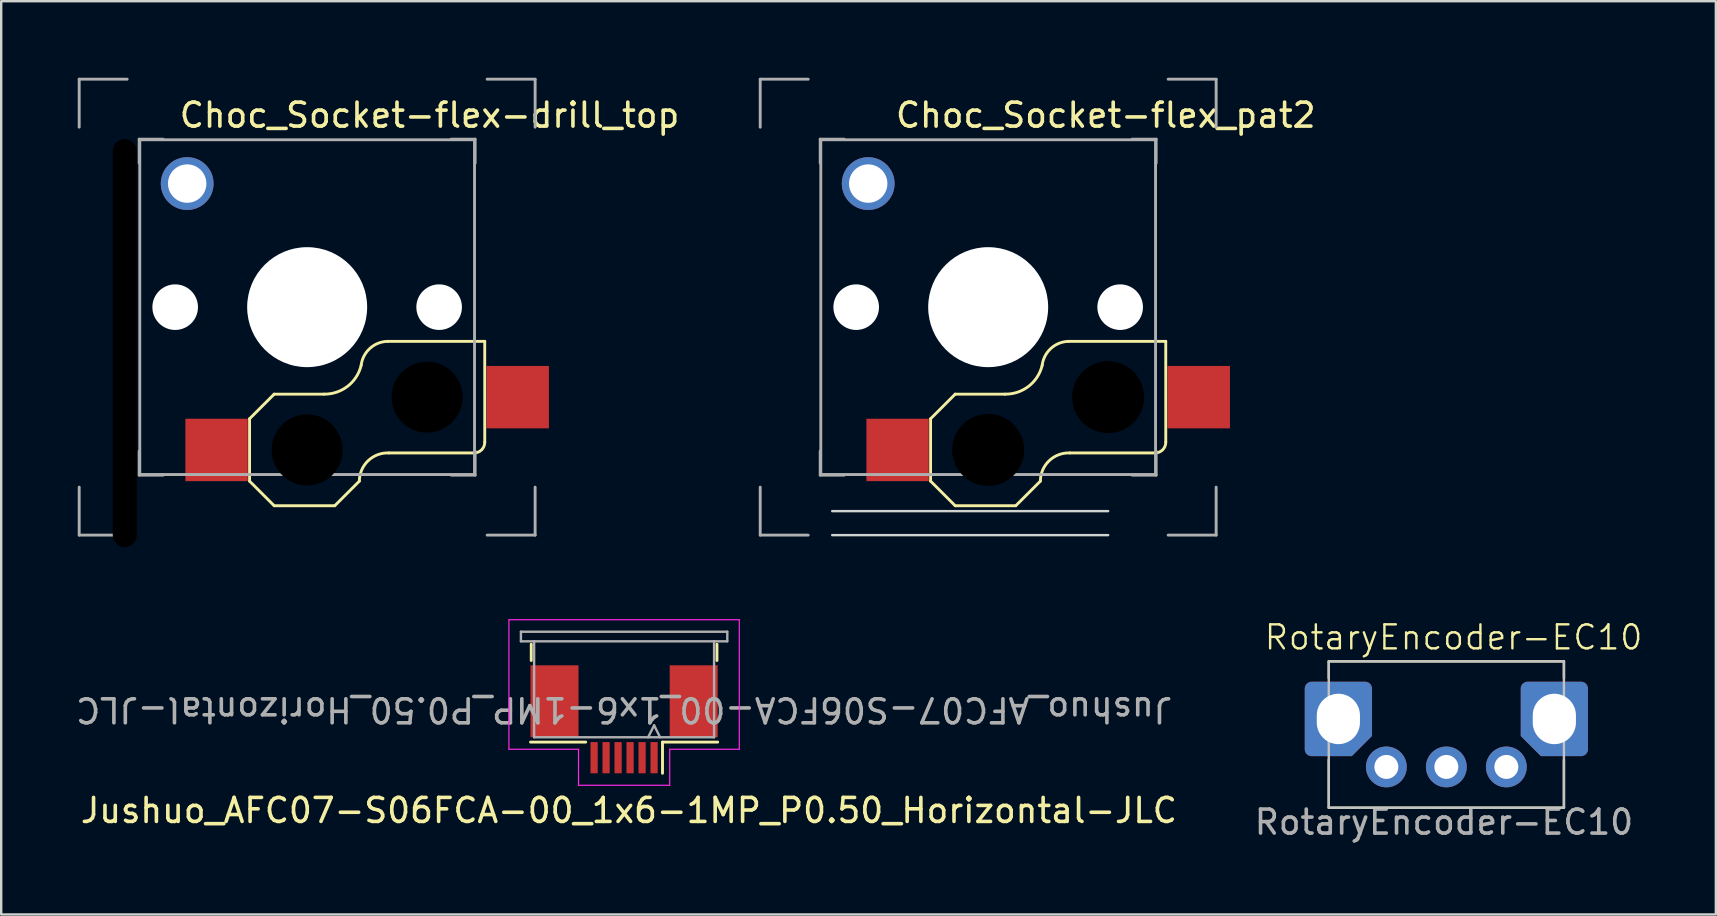
<source format=kicad_pcb>
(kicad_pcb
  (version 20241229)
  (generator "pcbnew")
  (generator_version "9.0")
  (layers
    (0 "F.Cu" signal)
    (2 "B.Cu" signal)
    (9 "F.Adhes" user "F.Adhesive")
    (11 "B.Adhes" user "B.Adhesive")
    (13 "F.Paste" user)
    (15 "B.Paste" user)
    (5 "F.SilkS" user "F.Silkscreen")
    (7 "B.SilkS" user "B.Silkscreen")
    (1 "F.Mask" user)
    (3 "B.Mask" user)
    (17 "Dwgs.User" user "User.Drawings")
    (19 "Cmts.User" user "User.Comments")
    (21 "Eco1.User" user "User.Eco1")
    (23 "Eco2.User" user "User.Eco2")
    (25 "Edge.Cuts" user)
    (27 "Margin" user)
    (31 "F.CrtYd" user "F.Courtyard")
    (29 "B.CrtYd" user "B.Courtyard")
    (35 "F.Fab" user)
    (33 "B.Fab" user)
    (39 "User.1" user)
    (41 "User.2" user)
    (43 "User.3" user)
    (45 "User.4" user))
  (footprint "RotaryEncoder-EC10"
    (layer "F.Cu")
    (at 52.723 26.91)
    (property "Reference" "RotaryEncoder-EC10" (at 4.8 -3.4 0) (unlocked yes) (layer "F.SilkS") (effects (font (size 1 1) (thickness 0.1))))
    (attr through_hole)
    (fp_line (start -0.4 -2.4) (end 9.4 -2.4) (stroke (width 0.1) (type default)) (layer "F.SilkS"))
    (fp_line (start -0.4 -1.7) (end -0.4 -2.4) (stroke (width 0.1) (type default)) (layer "F.SilkS"))
    (fp_line (start -0.4 3.7) (end -0.4 1.7) (stroke (width 0.1) (type default)) (layer "F.SilkS"))
    (fp_line (start -0.4 3.7) (end 9.4 3.7) (stroke (width 0.1) (type default)) (layer "F.SilkS"))
    (fp_line (start 9.4 -1.7) (end 9.4 -2.4) (stroke (width 0.1) (type default)) (layer "F.SilkS"))
    (fp_line (start 9.4 3.7) (end 9.4 1.7) (stroke (width 0.1) (type default)) (layer "F.SilkS"))
    (fp_rect (start -0.4 -2.4) (end 9.4 3.7) (stroke (width 0.1) (type default)) (fill no) (layer "Dwgs.User"))
    (fp_text user "${REFERENCE}" (at 4.4 4.3 0) (unlocked yes) (layer "F.Fab") (effects (font (size 1 1) (thickness 0.15))))
    (pad "" thru_hole roundrect (at 0 0) (size 2.8 3.1) (drill oval 1.8 2.1) (layers "*.Cu" "*.Mask") (roundrect_rratio 0.1) (chamfer_ratio 0.3) (chamfer bottom_right))
    (pad "" thru_hole roundrect (at 9 0) (size 2.8 3.1) (drill oval 1.8 2.1) (layers "*.Cu" "*.Mask") (roundrect_rratio 0.1) (chamfer_ratio 0.3) (chamfer bottom_left))
    (pad "A" thru_hole circle (at 2 2) (size 1.7 1.7) (drill 1) (layers "*.Cu" "*.Mask"))
    (pad "B" thru_hole circle (at 4.5 2) (size 1.7 1.7) (drill 1) (layers "*.Cu" "*.Mask"))
    (pad "C" thru_hole circle (at 7 2) (size 1.7 1.7) (drill 1) (layers "*.Cu" "*.Mask")))
  (footprint "Choc_Socket-flex_pat2"
    (layer "F.Cu")
    (at 28.63 0.25)
    (property "Reference" "Choc_Socket-flex_pat2" (at 14.4 1.5 0) (layer "F.SilkS") (effects (font (size 1 1) (thickness 0.15))))
    (attr through_hole)
    (fp_line (start 7.1 14.15) (end 7.1 16.75) (stroke (width 0.12) (type solid)) (layer "F.SilkS"))
    (fp_line (start 7.1 16.75) (end 8.125 17.775) (stroke (width 0.12) (type solid)) (layer "F.SilkS"))
    (fp_line (start 8.125 13.125) (end 7.1 14.15) (stroke (width 0.12) (type solid)) (layer "F.SilkS"))
    (fp_line (start 8.125 13.125) (end 10.2 13.125) (stroke (width 0.12) (type solid)) (layer "F.SilkS"))
    (fp_line (start 8.125 17.775) (end 10.65 17.775) (stroke (width 0.12) (type solid)) (layer "F.SilkS"))
    (fp_line (start 11.675 16.75) (end 10.65 17.775) (stroke (width 0.12) (type solid)) (layer "F.SilkS"))
    (fp_line (start 12.9 15.575) (end 16.45 15.575) (stroke (width 0.12) (type solid)) (layer "F.SilkS"))
    (fp_line (start 16.9 10.925) (end 12.85 10.925) (stroke (width 0.12) (type solid)) (layer "F.SilkS"))
    (fp_line (start 16.9 10.925) (end 16.901 15.125) (stroke (width 0.12) (type solid)) (layer "F.SilkS"))
    (fp_arc (start 11.675 16.75) (mid 12.038243 15.902636) (end 12.9 15.575) (stroke (width 0.12) (type solid)) (layer "F.SilkS"))
    (fp_arc (start 11.75 11.925) (mid 11.185967 12.797499) (end 10.2 13.125) (stroke (width 0.12) (type solid)) (layer "F.SilkS"))
    (fp_arc (start 11.75 11.925) (mid 12.11384 11.220224) (end 12.85 10.925) (stroke (width 0.12) (type solid)) (layer "F.SilkS"))
    (fp_arc (start 16.901028 15.125) (mid 16.770841 15.445544) (end 16.45 15.575) (stroke (width 0.12) (type solid)) (layer "F.SilkS"))
    (fp_line (start 3 18) (end 14.5 18) (stroke (width 0.1) (type default)) (layer "Edge.Cuts"))
    (fp_line (start 3 19) (end 14.5 19) (stroke (width 0.1) (type default)) (layer "Edge.Cuts"))
    (fp_line (start 0 0) (end 0 2) (stroke (width 0.12) (type solid)) (layer "F.Fab"))
    (fp_line (start 0 0) (end 2 0) (stroke (width 0.12) (type solid)) (layer "F.Fab"))
    (fp_line (start 0 19) (end 0 17) (stroke (width 0.12) (type solid)) (layer "F.Fab"))
    (fp_line (start 2 19) (end 0 19) (stroke (width 0.12) (type solid)) (layer "F.Fab"))
    (fp_line (start 2.5 2.5) (end 3.5 2.5) (stroke (width 0.12) (type solid)) (layer "F.Fab"))
    (fp_line (start 2.5 3.5) (end 2.5 2.5) (stroke (width 0.12) (type solid)) (layer "F.Fab"))
    (fp_line (start 2.5 15.5) (end 2.5 16.5) (stroke (width 0.12) (type solid)) (layer "F.Fab"))
    (fp_line (start 2.5 16.5) (end 3.5 16.5) (stroke (width 0.12) (type solid)) (layer "F.Fab"))
    (fp_line (start 2.525 2.525) (end 2.525 16.475) (stroke (width 0.12) (type solid)) (layer "F.Fab"))
    (fp_line (start 2.525 16.475) (end 16.475 16.475) (stroke (width 0.12) (type solid)) (layer "F.Fab"))
    (fp_line (start 15.5 2.5) (end 16.5 2.5) (stroke (width 0.12) (type solid)) (layer "F.Fab"))
    (fp_line (start 16.475 2.525) (end 2.525 2.525) (stroke (width 0.12) (type solid)) (layer "F.Fab"))
    (fp_line (start 16.475 16.475) (end 16.475 2.525) (stroke (width 0.12) (type solid)) (layer "F.Fab"))
    (fp_line (start 16.5 2.5) (end 16.5 3.5) (stroke (width 0.12) (type solid)) (layer "F.Fab"))
    (fp_line (start 16.5 16.5) (end 15.5 16.5) (stroke (width 0.12) (type solid)) (layer "F.Fab"))
    (fp_line (start 16.5 16.5) (end 16.5 15.5) (stroke (width 0.12) (type solid)) (layer "F.Fab"))
    (fp_line (start 17 0) (end 19 0) (stroke (width 0.12) (type solid)) (layer "F.Fab"))
    (fp_line (start 19 0) (end 19 2) (stroke (width 0.12) (type solid)) (layer "F.Fab"))
    (fp_line (start 19 17) (end 19 19) (stroke (width 0.12) (type solid)) (layer "F.Fab"))
    (fp_line (start 19 19) (end 17 19) (stroke (width 0.12) (type solid)) (layer "F.Fab"))
    (fp_line (start 3.4 13.15) (end 3.4 17.75) (stroke (width 0.1) (type default)) (layer "User.2"))
    (fp_line (start 4 10.55) (end 7.05 10.55) (stroke (width 0.1) (type default)) (layer "User.2"))
    (fp_line (start 7.05 13.15) (end 3.4 13.15) (stroke (width 0.1) (type default)) (layer "User.2"))
    (fp_line (start 7.05 13.15) (end 7.05 10.55) (stroke (width 0.1) (type default)) (layer "User.2"))
    (fp_line (start 7.1 17.75) (end 3.4 17.75) (stroke (width 0.1) (type default)) (layer "User.2"))
    (fp_line (start 7.1 8.451) (end 4 8.45) (stroke (width 0.1) (type default)) (layer "User.2"))
    (fp_line (start 8.15 18.8) (end 7.1 17.75) (stroke (width 0.1) (type default)) (layer "User.2"))
    (fp_line (start 8.15 18.8) (end 10.65 18.8) (stroke (width 0.1) (type default)) (layer "User.2"))
    (fp_line (start 10.65 18.8) (end 12.9 16.6) (stroke (width 0.1) (type default)) (layer "User.2"))
    (fp_line (start 12.9 16.6) (end 17.9 16.6) (stroke (width 0.1) (type default)) (layer "User.2"))
    (fp_line (start 15 8.45) (end 11.9 8.45) (stroke (width 0.1) (type default)) (layer "User.2"))
    (fp_line (start 16.05 9.95) (end 16.05 9.5) (stroke (width 0.1) (type default)) (layer "User.2"))
    (fp_line (start 17.9 9.95) (end 16.05 9.95) (stroke (width 0.1) (type default)) (layer "User.2"))
    (fp_line (start 17.9 10.95) (end 17.9 9.95) (stroke (width 0.1) (type default)) (layer "User.2"))
    (fp_line (start 17.9 10.95) (end 20.6 10.95) (stroke (width 0.1) (type default)) (layer "User.2"))
    (fp_line (start 17.9 15.55) (end 17.9 16.6) (stroke (width 0.1) (type default)) (layer "User.2"))
    (fp_line (start 17.9 15.55) (end 20.6 15.55) (stroke (width 0.1) (type default)) (layer "User.2"))
    (fp_line (start 20.6 15.55) (end 20.6 10.95) (stroke (width 0.1) (type default)) (layer "User.2"))
    (fp_arc (start 4 10.55) (mid 2.95 9.5) (end 4 8.45) (stroke (width 0.1) (type default)) (layer "User.2"))
    (fp_arc (start 7.100001 8.450001) (mid 9.5 6.880364) (end 11.899999 8.450001) (stroke (width 0.1) (type default)) (layer "User.2"))
    (fp_arc (start 15 8.45) (mid 15.742462 8.757538) (end 16.05 9.5) (stroke (width 0.1) (type default)) (layer "User.2"))
    (fp_circle (center 4.5 4.35) (end 5.7 4.3) (stroke (width 0.1) (type default)) (fill no) (layer "User.2"))
    (fp_line (start 1 6) (end 1 17) (stroke (width 0.1) (type default)) (layer "User.9"))
    (fp_line (start 2 6) (end 2 17) (stroke (width 0.1) (type default)) (layer "User.9"))
    (fp_line (start 15.7 6) (end 15.7 7) (stroke (width 0.1) (type default)) (layer "User.9"))
    (fp_line (start 16.286 8.414) (end 19.707 11.293) (stroke (width 0.1) (type default)) (layer "User.9"))
    (fp_line (start 16.7 6) (end 16.7 7) (stroke (width 0.1) (type default)) (layer "User.9"))
    (fp_line (start 19 15) (end 17.5 15) (stroke (width 0.1) (type default)) (layer "User.9"))
    (fp_line (start 19 16) (end 17.5 16) (stroke (width 0.1) (type default)) (layer "User.9"))
    (fp_line (start 20 14) (end 20 12) (stroke (width 0.1) (type default)) (layer "User.9"))
    (fp_line (start 20.414 10.586) (end 16.993 7.707) (stroke (width 0.1) (type default)) (layer "User.9"))
    (fp_line (start 21 12) (end 21 14) (stroke (width 0.1) (type default)) (layer "User.9"))
    (fp_arc (start 1 6) (mid 1.5 5.5) (end 2 6) (stroke (width 0.1) (type default)) (layer "User.9"))
    (fp_arc (start 3 18) (mid 2.292893 17.707107) (end 2 17) (stroke (width 0.1) (type default)) (layer "User.9"))
    (fp_arc (start 3 19) (mid 1.585786 18.414214) (end 1 17) (stroke (width 0.1) (type default)) (layer "User.9"))
    (fp_arc (start 15.5 17) (mid 15.207107 17.707107) (end 14.5 18) (stroke (width 0.1) (type default)) (layer "User.9"))
    (fp_arc (start 15.5 17) (mid 16.085786 15.585786) (end 17.5 15) (stroke (width 0.1) (type default)) (layer "User.9"))
    (fp_arc (start 15.7 6) (mid 16.2 5.5) (end 16.7 6) (stroke (width 0.1) (type default)) (layer "User.9"))
    (fp_arc (start 16.285786 8.414214) (mid 15.85224 7.765367) (end 15.7 7) (stroke (width 0.1) (type default)) (layer "User.9"))
    (fp_arc (start 16.5 17) (mid 15.914214 18.414214) (end 14.5 19) (stroke (width 0.1) (type default)) (layer "User.9"))
    (fp_arc (start 16.5 17) (mid 16.792893 16.292893) (end 17.5 16) (stroke (width 0.1) (type default)) (layer "User.9"))
    (fp_arc (start 16.992893 7.707107) (mid 16.77612 7.382684) (end 16.7 7) (stroke (width 0.1) (type default)) (layer "User.9"))
    (fp_arc (start 19.707107 11.292893) (mid 19.92388 11.617316) (end 20 12) (stroke (width 0.1) (type default)) (layer "User.9"))
    (fp_arc (start 20 14) (mid 19.707107 14.707107) (end 19 15) (stroke (width 0.1) (type default)) (layer "User.9"))
    (fp_arc (start 20.414214 10.585786) (mid 20.84776 11.234633) (end 21 12) (stroke (width 0.1) (type default)) (layer "User.9"))
    (fp_arc (start 21 14) (mid 20.414214 15.414214) (end 19 16) (stroke (width 0.1) (type default)) (layer "User.9"))
    (pad "" np_thru_hole circle (at 4 9.5 90) (size 1.9 1.9) (drill 1.9) (layers "*.Cu" "*.Mask"))
    (pad "" thru_hole circle (at 4.5 4.35 90) (size 2.2 2.2) (drill 1.6) (layers "*.Cu" "*.Mask"))
    (pad "" np_thru_hole circle (at 9.5 9.5 90) (size 5 5) (drill 5) (layers "*.Cu" "*.Mask"))
    (pad "" np_thru_hole circle (at 9.5 15.45) (size 3 3) (drill 3) (layers "*.Mask"))
    (pad "" np_thru_hole circle (at 14.5 13.25) (size 3 3) (drill 3) (layers "*.Mask"))
    (pad "" np_thru_hole circle (at 15 9.5 90) (size 1.9 1.9) (drill 1.9) (layers "*.Cu" "*.Mask"))
    (pad "1" smd rect (at 18.275 13.25) (size 2.6 2.6) (layers "F.Cu" "F.Mask" "F.Paste"))
    (pad "2" smd rect (at 5.725 15.45) (size 2.6 2.6) (layers "F.Cu" "F.Mask" "F.Paste")))
  (footprint "Choc_Socket-flex-drill_top"
    (layer "F.Cu")
    (at 0.25 0.25)
    (property "Reference" "Choc_Socket-flex-drill_top" (at 14.6 1.5 0) (layer "F.SilkS") (effects (font (size 1 1) (thickness 0.15))))
    (attr through_hole)
    (fp_line (start 7.1 14.15) (end 7.1 16.75) (stroke (width 0.12) (type solid)) (layer "F.SilkS"))
    (fp_line (start 7.1 16.75) (end 8.125 17.775) (stroke (width 0.12) (type solid)) (layer "F.SilkS"))
    (fp_line (start 8.125 13.125) (end 7.1 14.15) (stroke (width 0.12) (type solid)) (layer "F.SilkS"))
    (fp_line (start 8.125 13.125) (end 10.2 13.125) (stroke (width 0.12) (type solid)) (layer "F.SilkS"))
    (fp_line (start 8.125 17.775) (end 10.65 17.775) (stroke (width 0.12) (type solid)) (layer "F.SilkS"))
    (fp_line (start 11.675 16.75) (end 10.65 17.775) (stroke (width 0.12) (type solid)) (layer "F.SilkS"))
    (fp_line (start 12.9 15.575) (end 16.45 15.575) (stroke (width 0.12) (type solid)) (layer "F.SilkS"))
    (fp_line (start 16.9 10.925) (end 12.85 10.925) (stroke (width 0.12) (type solid)) (layer "F.SilkS"))
    (fp_line (start 16.9 10.925) (end 16.901 15.125) (stroke (width 0.12) (type solid)) (layer "F.SilkS"))
    (fp_arc (start 11.675 16.75) (mid 12.038243 15.902636) (end 12.9 15.575) (stroke (width 0.12) (type solid)) (layer "F.SilkS"))
    (fp_arc (start 11.75 11.925) (mid 11.185967 12.797499) (end 10.2 13.125) (stroke (width 0.12) (type solid)) (layer "F.SilkS"))
    (fp_arc (start 11.75 11.925) (mid 12.11384 11.220224) (end 12.85 10.925) (stroke (width 0.12) (type solid)) (layer "F.SilkS"))
    (fp_arc (start 16.901028 15.125) (mid 16.770841 15.445544) (end 16.45 15.575) (stroke (width 0.12) (type solid)) (layer "F.SilkS"))
    (fp_line (start 0 0) (end 0 2) (stroke (width 0.12) (type solid)) (layer "F.Fab"))
    (fp_line (start 0 0) (end 2 0) (stroke (width 0.12) (type solid)) (layer "F.Fab"))
    (fp_line (start 0 19) (end 0 17) (stroke (width 0.12) (type solid)) (layer "F.Fab"))
    (fp_line (start 2 19) (end 0 19) (stroke (width 0.12) (type solid)) (layer "F.Fab"))
    (fp_line (start 2.5 2.5) (end 3.5 2.5) (stroke (width 0.12) (type solid)) (layer "F.Fab"))
    (fp_line (start 2.5 3.5) (end 2.5 2.5) (stroke (width 0.12) (type solid)) (layer "F.Fab"))
    (fp_line (start 2.5 15.5) (end 2.5 16.5) (stroke (width 0.12) (type solid)) (layer "F.Fab"))
    (fp_line (start 2.5 16.5) (end 3.5 16.5) (stroke (width 0.12) (type solid)) (layer "F.Fab"))
    (fp_line (start 2.525 2.525) (end 2.525 16.475) (stroke (width 0.12) (type solid)) (layer "F.Fab"))
    (fp_line (start 2.525 16.475) (end 16.475 16.475) (stroke (width 0.12) (type solid)) (layer "F.Fab"))
    (fp_line (start 15.5 2.5) (end 16.5 2.5) (stroke (width 0.12) (type solid)) (layer "F.Fab"))
    (fp_line (start 16.475 2.525) (end 2.525 2.525) (stroke (width 0.12) (type solid)) (layer "F.Fab"))
    (fp_line (start 16.475 16.475) (end 16.475 2.525) (stroke (width 0.12) (type solid)) (layer "F.Fab"))
    (fp_line (start 16.5 2.5) (end 16.5 3.5) (stroke (width 0.12) (type solid)) (layer "F.Fab"))
    (fp_line (start 16.5 16.5) (end 15.5 16.5) (stroke (width 0.12) (type solid)) (layer "F.Fab"))
    (fp_line (start 16.5 16.5) (end 16.5 15.5) (stroke (width 0.12) (type solid)) (layer "F.Fab"))
    (fp_line (start 17 0) (end 19 0) (stroke (width 0.12) (type solid)) (layer "F.Fab"))
    (fp_line (start 19 0) (end 19 2) (stroke (width 0.12) (type solid)) (layer "F.Fab"))
    (fp_line (start 19 17) (end 19 19) (stroke (width 0.12) (type solid)) (layer "F.Fab"))
    (fp_line (start 19 19) (end 17 19) (stroke (width 0.12) (type solid)) (layer "F.Fab"))
    (fp_line (start 4 10.55) (end 7.05 10.55) (stroke (width 0.1) (type default)) (layer "User.2"))
    (fp_line (start 4.35 14.05) (end 4.35 16.85) (stroke (width 0.1) (type default)) (layer "User.2"))
    (fp_line (start 7 14.05) (end 4.35 14.05) (stroke (width 0.1) (type default)) (layer "User.2"))
    (fp_line (start 7 14.05) (end 8.05 13) (stroke (width 0.1) (type default)) (layer "User.2"))
    (fp_line (start 7 16.85) (end 4.35 16.85) (stroke (width 0.1) (type default)) (layer "User.2"))
    (fp_line (start 7.1 8.451) (end 4 8.45) (stroke (width 0.1) (type default)) (layer "User.2"))
    (fp_line (start 8.05 13) (end 8.25 13) (stroke (width 0.1) (type default)) (layer "User.2"))
    (fp_line (start 8.05 17.9) (end 7 16.85) (stroke (width 0.1) (type default)) (layer "User.2"))
    (fp_line (start 8.05 17.9) (end 10.7 17.9) (stroke (width 0.1) (type default)) (layer "User.2"))
    (fp_line (start 8.25 13) (end 8.25 11.853) (stroke (width 0.1) (type default)) (layer "User.2"))
    (fp_line (start 10.7 17.9) (end 11.8 16.8) (stroke (width 0.1) (type default)) (layer "User.2"))
    (fp_line (start 12.9 15.7) (end 17.05 15.7) (stroke (width 0.1) (type default)) (layer "User.2"))
    (fp_line (start 15 8.45) (end 11.9 8.45) (stroke (width 0.1) (type default)) (layer "User.2"))
    (fp_line (start 16.05 10.8) (end 16.05 9.5) (stroke (width 0.1) (type default)) (layer "User.2"))
    (fp_line (start 17.05 10.8) (end 16.05 10.8) (stroke (width 0.1) (type default)) (layer "User.2"))
    (fp_line (start 17.05 11.85) (end 17.05 10.8) (stroke (width 0.1) (type default)) (layer "User.2"))
    (fp_line (start 17.05 11.85) (end 19.65 11.85) (stroke (width 0.1) (type default)) (layer "User.2"))
    (fp_line (start 17.05 14.65) (end 17.05 15.7) (stroke (width 0.1) (type default)) (layer "User.2"))
    (fp_line (start 17.05 14.65) (end 19.65 14.65) (stroke (width 0.1) (type default)) (layer "User.2"))
    (fp_line (start 19.65 14.65) (end 19.65 11.85) (stroke (width 0.1) (type default)) (layer "User.2"))
    (fp_arc (start 4 10.55) (mid 2.95 9.5) (end 4 8.45) (stroke (width 0.1) (type default)) (layer "User.2"))
    (fp_arc (start 7.100001 8.450001) (mid 9.5 6.880364) (end 11.899999 8.450001) (stroke (width 0.1) (type default)) (layer "User.2"))
    (fp_arc (start 8.25 11.853313) (mid 7.538888 11.304057) (end 7.050762 10.549674) (stroke (width 0.1) (type default)) (layer "User.2"))
    (fp_arc (start 11.8 16.8) (mid 12.122183 16.022183) (end 12.9 15.7) (stroke (width 0.1) (type default)) (layer "User.2"))
    (fp_arc (start 15 8.45) (mid 15.742462 8.757538) (end 16.05 9.5) (stroke (width 0.1) (type default)) (layer "User.2"))
    (fp_circle (center 4.5 4.35) (end 5.35 4.35) (stroke (width 0.1) (type default)) (fill no) (layer "User.2"))
    (fp_circle (center 4 9.5) (end 5 9.5) (stroke (width 0.1) (type default)) (fill no) (layer "User.3"))
    (fp_circle (center 4.5 4.35) (end 5.35 4.35) (stroke (width 0.1) (type default)) (fill no) (layer "User.3"))
    (fp_circle (center 9.5 9.5) (end 12.05 9.45) (stroke (width 0.1) (type default)) (fill no) (layer "User.3"))
    (fp_circle (center 9.5 15.45) (end 11.05 15.45) (stroke (width 0.1) (type default)) (fill no) (layer "User.3"))
    (fp_circle (center 14.5 13.25) (end 16.05 13.25) (stroke (width 0.1) (type default)) (fill no) (layer "User.3"))
    (fp_circle (center 15 9.5) (end 14 9.5) (stroke (width 0.1) (type default)) (fill no) (layer "User.3"))
    (pad "" np_thru_hole oval (at 1.9 11) (size 1 17) (drill oval 1 17) (layers "*.Mask"))
    (pad "" np_thru_hole circle (at 4 9.5 90) (size 1.9 1.9) (drill 1.9) (layers "*.Cu" "*.Mask"))
    (pad "" thru_hole circle (at 4.5 4.35 90) (size 2.2 2.2) (drill 1.6) (layers "*.Cu" "*.Mask"))
    (pad "" np_thru_hole circle (at 9.5 9.5 90) (size 5 5) (drill 5) (layers "*.Cu" "*.Mask"))
    (pad "" np_thru_hole circle (at 9.5 15.45) (size 2.96 2.96) (drill 2.96) (layers "*.Mask"))
    (pad "" np_thru_hole circle (at 14.5 13.25) (size 2.96 2.96) (drill 2.96) (layers "*.Mask"))
    (pad "" np_thru_hole circle (at 15 9.5 90) (size 1.9 1.9) (drill 1.9) (layers "*.Cu" "*.Mask"))
    (pad "1" smd rect (at 18.275 13.25) (size 2.6 2.6) (layers "F.Cu" "F.Mask" "F.Paste"))
    (pad "2" smd rect (at 5.725 15.45) (size 2.6 2.6) (layers "F.Cu" "F.Mask" "F.Paste")))
  (footprint "Jushuo_AFC07-S06FCA-00_1x6-1MP_P0.50_Horizontal-JLC"
    (layer "F.Cu")
    (at 22.958 30.525)
    (property "Reference" "Jushuo_AFC07-S06FCA-00_1x6-1MP_P0.50_Horizontal-JLC" (at 0.2 0.2 180) (layer "F.SilkS") (effects (font (size 1 1) (thickness 0.15))))
    (attr smd)
    (fp_line (start -3.87 -6.05) (end -3.87 -6.73) (stroke (width 0.12) (type solid)) (layer "F.SilkS"))
    (fp_line (start -1.6 -2.65) (end -3.9 -2.65) (stroke (width 0.12) (type solid)) (layer "F.SilkS"))
    (fp_line (start 1.6 -2.65) (end 1.6 -1.35) (stroke (width 0.12) (type solid)) (layer "F.SilkS"))
    (fp_line (start 1.6 -2.65) (end 3.9 -2.65) (stroke (width 0.12) (type solid)) (layer "F.SilkS"))
    (fp_line (start 3.87 -6.05) (end 3.87 -6.73) (stroke (width 0.12) (type solid)) (layer "F.SilkS"))
    (fp_line (start -4.8 -7.75) (end -4.8 -2.35) (stroke (width 0.05) (type solid)) (layer "F.CrtYd"))
    (fp_line (start -4.8 -2.35) (end -1.9 -2.35) (stroke (width 0.05) (type solid)) (layer "F.CrtYd"))
    (fp_line (start -1.9 -2.35) (end -1.9 -0.85) (stroke (width 0.05) (type solid)) (layer "F.CrtYd"))
    (fp_line (start -1.9 -0.85) (end 1.9 -0.85) (stroke (width 0.05) (type solid)) (layer "F.CrtYd"))
    (fp_line (start 1.9 -2.35) (end 4.8 -2.35) (stroke (width 0.05) (type solid)) (layer "F.CrtYd"))
    (fp_line (start 1.9 -0.85) (end 1.9 -2.35) (stroke (width 0.05) (type solid)) (layer "F.CrtYd"))
    (fp_line (start 4.8 -7.75) (end -4.8 -7.75) (stroke (width 0.05) (type solid)) (layer "F.CrtYd"))
    (fp_line (start 4.8 -2.35) (end 4.8 -7.75) (stroke (width 0.05) (type solid)) (layer "F.CrtYd"))
    (fp_line (start -4.3 -7.25) (end -4.3 -6.85) (stroke (width 0.1) (type solid)) (layer "F.Fab"))
    (fp_line (start -4.3 -6.85) (end -3.75 -6.85) (stroke (width 0.1) (type solid)) (layer "F.Fab"))
    (fp_line (start -3.75 -6.85) (end -3.75 -2.85) (stroke (width 0.1) (type solid)) (layer "F.Fab"))
    (fp_line (start -3.75 -6.85) (end 3.75 -6.85) (stroke (width 0.1) (type solid)) (layer "F.Fab"))
    (fp_line (start 1.25 -3.35) (end 1 -2.85) (stroke (width 0.1) (type solid)) (layer "F.Fab"))
    (fp_line (start 1.5 -2.85) (end 1.25 -3.35) (stroke (width 0.1) (type solid)) (layer "F.Fab"))
    (fp_line (start 3.75 -6.85) (end 3.75 -2.85) (stroke (width 0.1) (type solid)) (layer "F.Fab"))
    (fp_line (start 3.75 -6.85) (end 4.3 -6.85) (stroke (width 0.1) (type solid)) (layer "F.Fab"))
    (fp_line (start 3.75 -2.85) (end -3.75 -2.85) (stroke (width 0.1) (type solid)) (layer "F.Fab"))
    (fp_line (start 4.3 -7.25) (end -4.3 -7.25) (stroke (width 0.1) (type solid)) (layer "F.Fab"))
    (fp_line (start 4.3 -6.85) (end 4.3 -7.25) (stroke (width 0.1) (type solid)) (layer "F.Fab"))
    (fp_text user "${REFERENCE}" (at 0 -4 180) (unlocked yes) (layer "F.Fab") (effects (font (size 1 1) (thickness 0.15))))
    (pad "" smd rect (at -2.9 -4.35 180) (size 2 3) (layers "F.Cu" "F.Mask" "F.Paste"))
    (pad "" smd rect (at 2.9 -4.35 180) (size 2 3) (layers "F.Cu" "F.Mask" "F.Paste"))
    (pad "1" smd rect (at 1.25 -2 180) (size 0.3 1.3) (layers "F.Cu" "F.Mask" "F.Paste"))
    (pad "2" smd rect (at 0.75 -2 180) (size 0.3 1.3) (layers "F.Cu" "F.Mask" "F.Paste"))
    (pad "3" smd rect (at 0.25 -2 180) (size 0.3 1.3) (layers "F.Cu" "F.Mask" "F.Paste"))
    (pad "4" smd rect (at -0.25 -2 180) (size 0.3 1.3) (layers "F.Cu" "F.Mask" "F.Paste"))
    (pad "5" smd rect (at -0.75 -2 180) (size 0.3 1.3) (layers "F.Cu" "F.Mask" "F.Paste"))
    (pad "6" smd rect (at -1.25 -2 180) (size 0.3 1.3) (layers "F.Cu" "F.Mask" "F.Paste")))
  (gr_rect
    (start -3 -3)
    (end 68.454 35.059)
    (stroke (width 0.1) (type default))
    (fill no)
    (layer "Edge.Cuts")))
</source>
